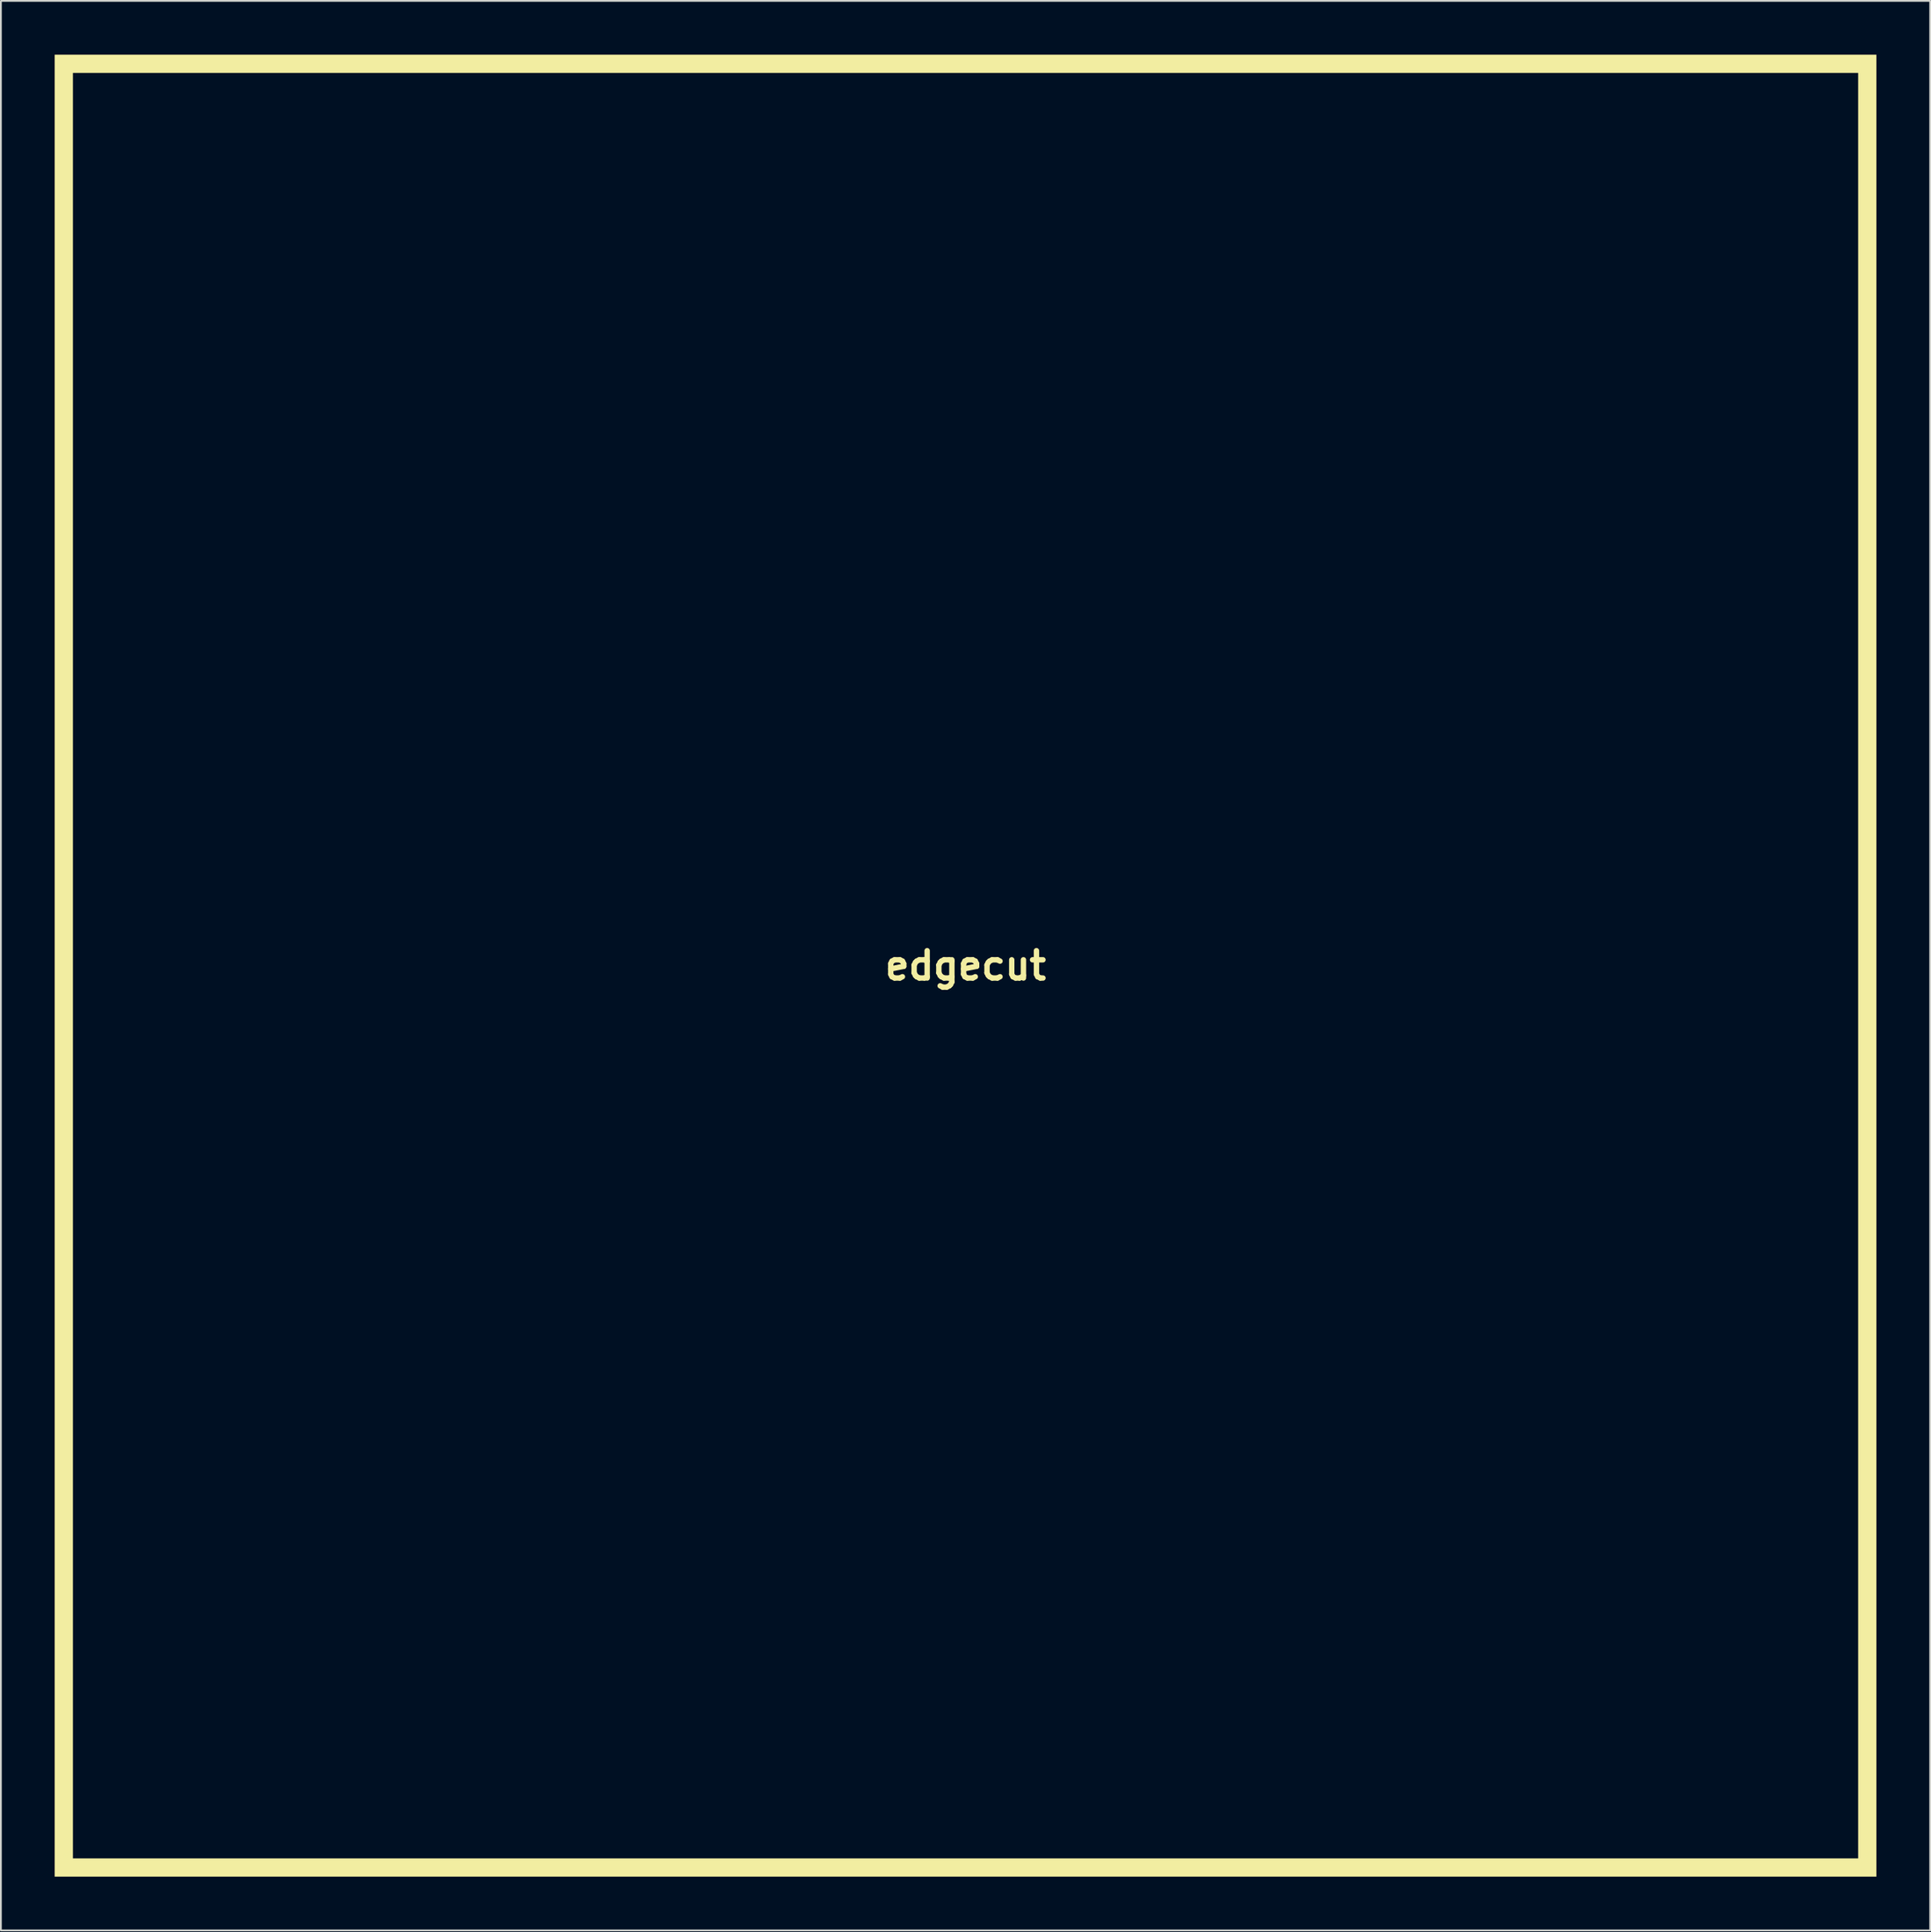
<source format=kicad_pcb>
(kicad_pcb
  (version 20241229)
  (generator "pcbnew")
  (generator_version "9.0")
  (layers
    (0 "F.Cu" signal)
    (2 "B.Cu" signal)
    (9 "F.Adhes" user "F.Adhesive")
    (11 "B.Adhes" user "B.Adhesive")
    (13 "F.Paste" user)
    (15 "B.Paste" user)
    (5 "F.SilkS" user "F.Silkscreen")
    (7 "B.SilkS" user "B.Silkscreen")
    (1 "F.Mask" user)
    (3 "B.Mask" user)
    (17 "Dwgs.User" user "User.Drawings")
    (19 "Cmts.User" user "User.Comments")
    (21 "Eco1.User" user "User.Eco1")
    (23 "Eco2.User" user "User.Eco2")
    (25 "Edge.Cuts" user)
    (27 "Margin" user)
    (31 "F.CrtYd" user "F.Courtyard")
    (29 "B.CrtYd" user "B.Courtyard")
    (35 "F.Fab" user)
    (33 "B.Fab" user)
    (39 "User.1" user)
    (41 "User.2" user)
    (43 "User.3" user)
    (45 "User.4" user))
  (footprint "edgecut"
    (layer "F.Cu")
    (at 50.8 50.8)
    (property "Reference" "edgecut" (at 0 0 0) (layer "F.SilkS") (effects (font (size 1.524 1.524) (thickness 0.3))))
    (attr board_only exclude_from_pos_files exclude_from_bom)
    (fp_poly (pts (xy 50.8 50.8) (xy -50.8 50.8) (xy -50.8 49.784) (xy -49.784 49.784) (xy 49.784 49.784) (xy 49.784 -49.784) (xy -49.784 -49.784) (xy -49.784 49.784) (xy -50.8 49.784) (xy -50.8 -50.8) (xy 50.8 -50.8)) (stroke (width 0) (type solid)) (fill yes) (layer "F.SilkS")))
  (gr_rect
    (start -3 -3)
    (end 104.6 104.6)
    (stroke (width 0.1) (type default))
    (fill no)
    (layer "Edge.Cuts")))
</source>
